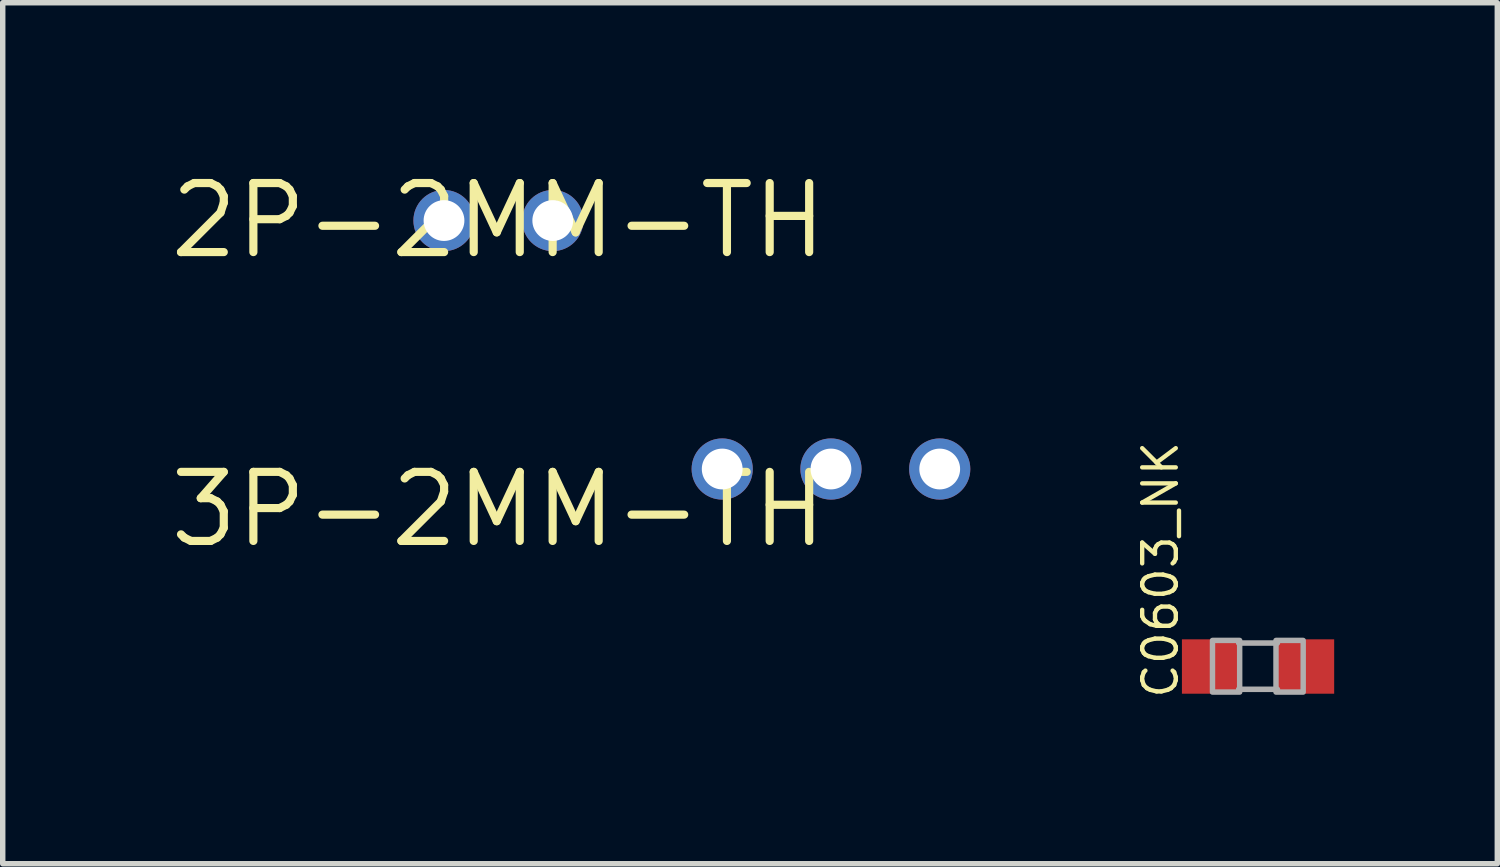
<source format=kicad_pcb>
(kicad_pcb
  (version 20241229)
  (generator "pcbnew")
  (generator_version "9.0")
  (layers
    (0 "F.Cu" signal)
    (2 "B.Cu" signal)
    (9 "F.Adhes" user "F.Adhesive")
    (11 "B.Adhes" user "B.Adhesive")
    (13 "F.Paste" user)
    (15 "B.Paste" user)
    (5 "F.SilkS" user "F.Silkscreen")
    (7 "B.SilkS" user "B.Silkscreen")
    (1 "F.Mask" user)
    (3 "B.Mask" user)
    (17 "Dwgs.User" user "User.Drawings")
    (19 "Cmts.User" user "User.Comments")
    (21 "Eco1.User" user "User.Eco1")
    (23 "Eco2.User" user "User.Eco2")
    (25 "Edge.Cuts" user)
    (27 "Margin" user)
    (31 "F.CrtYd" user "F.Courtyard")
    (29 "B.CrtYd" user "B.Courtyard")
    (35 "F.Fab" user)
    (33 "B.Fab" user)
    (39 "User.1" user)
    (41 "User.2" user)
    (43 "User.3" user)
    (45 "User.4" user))
  (footprint "3P-2MM-TH"
    (layer "F.Cu")
    (at 12.231 5.575)
    (property "Reference" "3P-2MM-TH" (at 0 0 0) (layer "F.SilkS") (effects (font (size 1.27 1.27) (thickness 0.15)) (justify right top)))
    (attr through_hole)
    (pad "P$1" thru_hole circle (at -2 0) (size 1.125 1.125) (drill 0.75) (layers "*.Cu" "*.Mask"))
    (pad "P$2" thru_hole circle (at 0 0) (size 1.125 1.125) (drill 0.75) (layers "*.Cu" "*.Mask"))
    (pad "P$3" thru_hole circle (at 2 0) (size 1.125 1.125) (drill 0.75) (layers "*.Cu" "*.Mask")))
  (footprint "C0603_NK"
    (layer "F.Cu")
    (at 20.085 9.207)
    (property "Reference" "C0603_NK" (at -1.433 0.628 270) (layer "F.SilkS") (effects (font (size 0.618 0.618) (thickness 0.08)) (justify left bottom)))
    (attr through_hole)
    (fp_line (start -0.356 -0.432) (end 0.356 -0.432) (stroke (width 0.102) (type solid)) (layer "F.Fab"))
    (fp_line (start -0.356 0.419) (end 0.356 0.419) (stroke (width 0.102) (type solid)) (layer "F.Fab"))
    (fp_poly (pts (xy -0.838 0.47) (xy -0.338 0.47) (xy -0.338 -0.48) (xy -0.838 -0.48)) (stroke (width 0.1) (type solid)) (fill no) (layer "F.Fab"))
    (fp_poly (pts (xy 0.33 0.47) (xy 0.83 0.47) (xy 0.83 -0.48) (xy 0.33 -0.48)) (stroke (width 0.1) (type solid)) (fill no) (layer "F.Fab"))
    (pad "1" smd rect (at -0.85 0) (size 1.1 1) (layers "F.Cu" "F.Mask" "F.Paste"))
    (pad "2" smd rect (at 0.85 0) (size 1.1 1) (layers "F.Cu" "F.Mask" "F.Paste")))
  (footprint "2P-2MM-TH"
    (layer "F.Cu")
    (at 6.115 1.006)
    (property "Reference" "2P-2MM-TH" (at 0 0 0) (layer "F.SilkS") (effects (font (size 1.27 1.27) (thickness 0.15))))
    (attr through_hole)
    (pad "P$1" thru_hole circle (at -1 0) (size 1.125 1.125) (drill 0.75) (layers "*.Cu" "*.Mask"))
    (pad "P$2" thru_hole circle (at 1 0) (size 1.125 1.125) (drill 0.75) (layers "*.Cu" "*.Mask")))
  (gr_rect
    (start -3 -3)
    (end 24.485 12.834)
    (stroke (width 0.1) (type default))
    (fill no)
    (layer "Edge.Cuts")))
</source>
